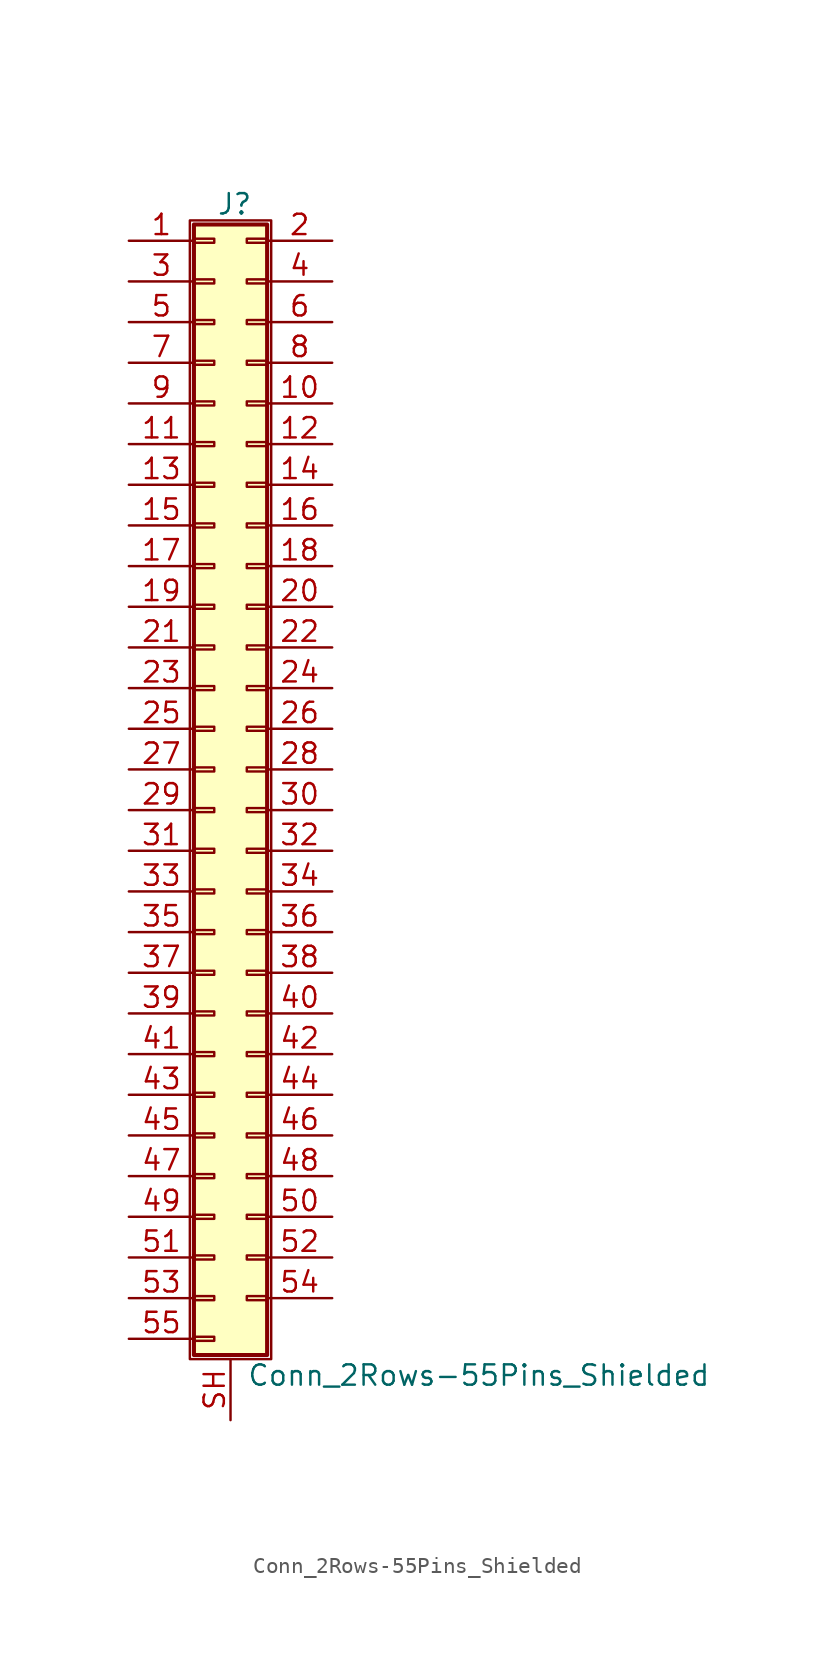
<source format=kicad_sym>
(kicad_symbol_lib
  (version 20201005)
  (generator kicad_symbol_editor)
  (symbol "Conn_2Rows-55Pins_Shielded"
    (pin_names
      (offset 1.016) hide)
    (property "Reference" "J"
      (at 1.524 35.306 0)
      (effects (font (size 1.27 1.27))))
    (property "Value" "Conn_2Rows-55Pins_Shielded"
      (at 2.286 -37.846 0)
      (effects (font (size 1.27 1.27)) (justify left)))
    (symbol "Conn_2Rows-55Pins_Shielded_1_1"
      (rectangle (start -1.27 34.29) (end 3.81 -36.83) (stroke (width 0.152)) (fill (type none)))
      (rectangle (start -1.016 -35.433) (end 0.254 -35.687) (stroke (width 0.152)) (fill (type none)))
      (rectangle (start -1.016 -32.893) (end 0.254 -33.147) (stroke (width 0.152)) (fill (type none)))
      (rectangle (start -1.016 -30.353) (end 0.254 -30.607) (stroke (width 0.152)) (fill (type none)))
      (rectangle (start -1.016 -27.813) (end 0.254 -28.067) (stroke (width 0.152)) (fill (type none)))
      (rectangle (start -1.016 -25.273) (end 0.254 -25.527) (stroke (width 0.152)) (fill (type none)))
      (rectangle (start -1.016 -22.733) (end 0.254 -22.987) (stroke (width 0.152)) (fill (type none)))
      (rectangle (start -1.016 -20.193) (end 0.254 -20.447) (stroke (width 0.152)) (fill (type none)))
      (rectangle (start -1.016 -17.653) (end 0.254 -17.907) (stroke (width 0.152)) (fill (type none)))
      (rectangle (start -1.016 -15.113) (end 0.254 -15.367) (stroke (width 0.152)) (fill (type none)))
      (rectangle (start -1.016 -12.573) (end 0.254 -12.827) (stroke (width 0.152)) (fill (type none)))
      (rectangle (start -1.016 -10.033) (end 0.254 -10.287) (stroke (width 0.152)) (fill (type none)))
      (rectangle (start -1.016 -7.493) (end 0.254 -7.747) (stroke (width 0.152)) (fill (type none)))
      (rectangle (start -1.016 -4.953) (end 0.254 -5.207) (stroke (width 0.152)) (fill (type none)))
      (rectangle (start -1.016 -2.413) (end 0.254 -2.667) (stroke (width 0.152)) (fill (type none)))
      (rectangle (start -1.016 0.127) (end 0.254 -0.127) (stroke (width 0.152)) (fill (type none)))
      (rectangle (start -1.016 2.667) (end 0.254 2.413) (stroke (width 0.152)) (fill (type none)))
      (rectangle (start -1.016 5.207) (end 0.254 4.953) (stroke (width 0.152)) (fill (type none)))
      (rectangle (start -1.016 7.747) (end 0.254 7.493) (stroke (width 0.152)) (fill (type none)))
      (rectangle (start -1.016 10.287) (end 0.254 10.033) (stroke (width 0.152)) (fill (type none)))
      (rectangle (start -1.016 12.827) (end 0.254 12.573) (stroke (width 0.152)) (fill (type none)))
      (rectangle (start -1.016 15.367) (end 0.254 15.113) (stroke (width 0.152)) (fill (type none)))
      (rectangle (start -1.016 17.907) (end 0.254 17.653) (stroke (width 0.152)) (fill (type none)))
      (rectangle (start -1.016 20.447) (end 0.254 20.193) (stroke (width 0.152)) (fill (type none)))
      (rectangle (start -1.016 22.987) (end 0.254 22.733) (stroke (width 0.152)) (fill (type none)))
      (rectangle (start -1.016 25.527) (end 0.254 25.273) (stroke (width 0.152)) (fill (type none)))
      (rectangle (start -1.016 28.067) (end 0.254 27.813) (stroke (width 0.152)) (fill (type none)))
      (rectangle (start -1.016 30.607) (end 0.254 30.353) (stroke (width 0.152)) (fill (type none)))
      (rectangle (start -1.016 33.147) (end 0.254 32.893) (stroke (width 0.152)) (fill (type none)))
      (rectangle (start -1.016 34.036) (end 3.556 -36.576) (stroke (width 0.254)) (fill (type background)))
      (rectangle (start 3.556 -32.893) (end 2.286 -33.147) (stroke (width 0.152)) (fill (type none)))
      (rectangle (start 3.556 -30.353) (end 2.286 -30.607) (stroke (width 0.152)) (fill (type none)))
      (rectangle (start 3.556 -27.813) (end 2.286 -28.067) (stroke (width 0.152)) (fill (type none)))
      (rectangle (start 3.556 -25.273) (end 2.286 -25.527) (stroke (width 0.152)) (fill (type none)))
      (rectangle (start 3.556 -22.733) (end 2.286 -22.987) (stroke (width 0.152)) (fill (type none)))
      (rectangle (start 3.556 -20.193) (end 2.286 -20.447) (stroke (width 0.152)) (fill (type none)))
      (rectangle (start 3.556 -17.653) (end 2.286 -17.907) (stroke (width 0.152)) (fill (type none)))
      (rectangle (start 3.556 -15.113) (end 2.286 -15.367) (stroke (width 0.152)) (fill (type none)))
      (rectangle (start 3.556 -12.573) (end 2.286 -12.827) (stroke (width 0.152)) (fill (type none)))
      (rectangle (start 3.556 -10.033) (end 2.286 -10.287) (stroke (width 0.152)) (fill (type none)))
      (rectangle (start 3.556 -7.493) (end 2.286 -7.747) (stroke (width 0.152)) (fill (type none)))
      (rectangle (start 3.556 -4.953) (end 2.286 -5.207) (stroke (width 0.152)) (fill (type none)))
      (rectangle (start 3.556 -2.413) (end 2.286 -2.667) (stroke (width 0.152)) (fill (type none)))
      (rectangle (start 3.556 0.127) (end 2.286 -0.127) (stroke (width 0.152)) (fill (type none)))
      (rectangle (start 3.556 2.667) (end 2.286 2.413) (stroke (width 0.152)) (fill (type none)))
      (rectangle (start 3.556 5.207) (end 2.286 4.953) (stroke (width 0.152)) (fill (type none)))
      (rectangle (start 3.556 7.747) (end 2.286 7.493) (stroke (width 0.152)) (fill (type none)))
      (rectangle (start 3.556 10.287) (end 2.286 10.033) (stroke (width 0.152)) (fill (type none)))
      (rectangle (start 3.556 12.827) (end 2.286 12.573) (stroke (width 0.152)) (fill (type none)))
      (rectangle (start 3.556 15.367) (end 2.286 15.113) (stroke (width 0.152)) (fill (type none)))
      (rectangle (start 3.556 17.907) (end 2.286 17.653) (stroke (width 0.152)) (fill (type none)))
      (rectangle (start 3.556 20.447) (end 2.286 20.193) (stroke (width 0.152)) (fill (type none)))
      (rectangle (start 3.556 22.987) (end 2.286 22.733) (stroke (width 0.152)) (fill (type none)))
      (rectangle (start 3.556 25.527) (end 2.286 25.273) (stroke (width 0.152)) (fill (type none)))
      (rectangle (start 3.556 28.067) (end 2.286 27.813) (stroke (width 0.152)) (fill (type none)))
      (rectangle (start 3.556 30.607) (end 2.286 30.353) (stroke (width 0.152)) (fill (type none)))
      (rectangle (start 3.556 33.147) (end 2.286 32.893) (stroke (width 0.152)) (fill (type none)))
      (pin passive line (at -5.08 33.02 0) (length 4.064) (name "Pin_1" (effects (font (size 1.27 1.27)))) (number "1" (effects (font (size 1.27 1.27)))))
      (pin passive line (at 7.62 22.86 180) (length 4.064) (name "Pin_10" (effects (font (size 1.27 1.27)))) (number "10" (effects (font (size 1.27 1.27)))))
      (pin passive line (at -5.08 20.32 0) (length 4.064) (name "Pin_11" (effects (font (size 1.27 1.27)))) (number "11" (effects (font (size 1.27 1.27)))))
      (pin passive line (at 7.62 20.32 180) (length 4.064) (name "Pin_12" (effects (font (size 1.27 1.27)))) (number "12" (effects (font (size 1.27 1.27)))))
      (pin passive line (at -5.08 17.78 0) (length 4.064) (name "Pin_13" (effects (font (size 1.27 1.27)))) (number "13" (effects (font (size 1.27 1.27)))))
      (pin passive line (at 7.62 17.78 180) (length 4.064) (name "Pin_14" (effects (font (size 1.27 1.27)))) (number "14" (effects (font (size 1.27 1.27)))))
      (pin passive line (at -5.08 15.24 0) (length 4.064) (name "Pin_15" (effects (font (size 1.27 1.27)))) (number "15" (effects (font (size 1.27 1.27)))))
      (pin passive line (at 7.62 15.24 180) (length 4.064) (name "Pin_16" (effects (font (size 1.27 1.27)))) (number "16" (effects (font (size 1.27 1.27)))))
      (pin passive line (at -5.08 12.7 0) (length 4.064) (name "Pin_17" (effects (font (size 1.27 1.27)))) (number "17" (effects (font (size 1.27 1.27)))))
      (pin passive line (at 7.62 12.7 180) (length 4.064) (name "Pin_18" (effects (font (size 1.27 1.27)))) (number "18" (effects (font (size 1.27 1.27)))))
      (pin passive line (at -5.08 10.16 0) (length 4.064) (name "Pin_19" (effects (font (size 1.27 1.27)))) (number "19" (effects (font (size 1.27 1.27)))))
      (pin passive line (at 7.62 33.02 180) (length 4.064) (name "Pin_2" (effects (font (size 1.27 1.27)))) (number "2" (effects (font (size 1.27 1.27)))))
      (pin passive line (at 7.62 10.16 180) (length 4.064) (name "Pin_20" (effects (font (size 1.27 1.27)))) (number "20" (effects (font (size 1.27 1.27)))))
      (pin passive line (at -5.08 7.62 0) (length 4.064) (name "Pin_21" (effects (font (size 1.27 1.27)))) (number "21" (effects (font (size 1.27 1.27)))))
      (pin passive line (at 7.62 7.62 180) (length 4.064) (name "Pin_22" (effects (font (size 1.27 1.27)))) (number "22" (effects (font (size 1.27 1.27)))))
      (pin passive line (at -5.08 5.08 0) (length 4.064) (name "Pin_23" (effects (font (size 1.27 1.27)))) (number "23" (effects (font (size 1.27 1.27)))))
      (pin passive line (at 7.62 5.08 180) (length 4.064) (name "Pin_24" (effects (font (size 1.27 1.27)))) (number "24" (effects (font (size 1.27 1.27)))))
      (pin passive line (at -5.08 2.54 0) (length 4.064) (name "Pin_25" (effects (font (size 1.27 1.27)))) (number "25" (effects (font (size 1.27 1.27)))))
      (pin passive line (at 7.62 2.54 180) (length 4.064) (name "Pin_26" (effects (font (size 1.27 1.27)))) (number "26" (effects (font (size 1.27 1.27)))))
      (pin passive line (at -5.08 0 0) (length 4.064) (name "Pin_27" (effects (font (size 1.27 1.27)))) (number "27" (effects (font (size 1.27 1.27)))))
      (pin passive line (at 7.62 0 180) (length 4.064) (name "Pin_28" (effects (font (size 1.27 1.27)))) (number "28" (effects (font (size 1.27 1.27)))))
      (pin passive line (at -5.08 -2.54 0) (length 4.064) (name "Pin_29" (effects (font (size 1.27 1.27)))) (number "29" (effects (font (size 1.27 1.27)))))
      (pin passive line (at -5.08 30.48 0) (length 4.064) (name "Pin_3" (effects (font (size 1.27 1.27)))) (number "3" (effects (font (size 1.27 1.27)))))
      (pin passive line (at 7.62 -2.54 180) (length 4.064) (name "Pin_30" (effects (font (size 1.27 1.27)))) (number "30" (effects (font (size 1.27 1.27)))))
      (pin passive line (at -5.08 -5.08 0) (length 4.064) (name "Pin_31" (effects (font (size 1.27 1.27)))) (number "31" (effects (font (size 1.27 1.27)))))
      (pin passive line (at 7.62 -5.08 180) (length 4.064) (name "Pin_32" (effects (font (size 1.27 1.27)))) (number "32" (effects (font (size 1.27 1.27)))))
      (pin passive line (at -5.08 -7.62 0) (length 4.064) (name "Pin_33" (effects (font (size 1.27 1.27)))) (number "33" (effects (font (size 1.27 1.27)))))
      (pin passive line (at 7.62 -7.62 180) (length 4.064) (name "Pin_34" (effects (font (size 1.27 1.27)))) (number "34" (effects (font (size 1.27 1.27)))))
      (pin passive line (at -5.08 -10.16 0) (length 4.064) (name "Pin_35" (effects (font (size 1.27 1.27)))) (number "35" (effects (font (size 1.27 1.27)))))
      (pin passive line (at 7.62 -10.16 180) (length 4.064) (name "Pin_36" (effects (font (size 1.27 1.27)))) (number "36" (effects (font (size 1.27 1.27)))))
      (pin passive line (at -5.08 -12.7 0) (length 4.064) (name "Pin_37" (effects (font (size 1.27 1.27)))) (number "37" (effects (font (size 1.27 1.27)))))
      (pin passive line (at 7.62 -12.7 180) (length 4.064) (name "Pin_38" (effects (font (size 1.27 1.27)))) (number "38" (effects (font (size 1.27 1.27)))))
      (pin passive line (at -5.08 -15.24 0) (length 4.064) (name "Pin_39" (effects (font (size 1.27 1.27)))) (number "39" (effects (font (size 1.27 1.27)))))
      (pin passive line (at 7.62 30.48 180) (length 4.064) (name "Pin_4" (effects (font (size 1.27 1.27)))) (number "4" (effects (font (size 1.27 1.27)))))
      (pin passive line (at 7.62 -15.24 180) (length 4.064) (name "Pin_40" (effects (font (size 1.27 1.27)))) (number "40" (effects (font (size 1.27 1.27)))))
      (pin passive line (at -5.08 -17.78 0) (length 4.064) (name "Pin_41" (effects (font (size 1.27 1.27)))) (number "41" (effects (font (size 1.27 1.27)))))
      (pin passive line (at 7.62 -17.78 180) (length 4.064) (name "Pin_42" (effects (font (size 1.27 1.27)))) (number "42" (effects (font (size 1.27 1.27)))))
      (pin passive line (at -5.08 -20.32 0) (length 4.064) (name "Pin_43" (effects (font (size 1.27 1.27)))) (number "43" (effects (font (size 1.27 1.27)))))
      (pin passive line (at 7.62 -20.32 180) (length 4.064) (name "Pin_44" (effects (font (size 1.27 1.27)))) (number "44" (effects (font (size 1.27 1.27)))))
      (pin passive line (at -5.08 -22.86 0) (length 4.064) (name "Pin_45" (effects (font (size 1.27 1.27)))) (number "45" (effects (font (size 1.27 1.27)))))
      (pin passive line (at 7.62 -22.86 180) (length 4.064) (name "Pin_46" (effects (font (size 1.27 1.27)))) (number "46" (effects (font (size 1.27 1.27)))))
      (pin passive line (at -5.08 -25.4 0) (length 4.064) (name "Pin_47" (effects (font (size 1.27 1.27)))) (number "47" (effects (font (size 1.27 1.27)))))
      (pin passive line (at 7.62 -25.4 180) (length 4.064) (name "Pin_48" (effects (font (size 1.27 1.27)))) (number "48" (effects (font (size 1.27 1.27)))))
      (pin passive line (at -5.08 -27.94 0) (length 4.064) (name "Pin_49" (effects (font (size 1.27 1.27)))) (number "49" (effects (font (size 1.27 1.27)))))
      (pin passive line (at -5.08 27.94 0) (length 4.064) (name "Pin_5" (effects (font (size 1.27 1.27)))) (number "5" (effects (font (size 1.27 1.27)))))
      (pin passive line (at 7.62 -27.94 180) (length 4.064) (name "Pin_50" (effects (font (size 1.27 1.27)))) (number "50" (effects (font (size 1.27 1.27)))))
      (pin passive line (at -5.08 -30.48 0) (length 4.064) (name "Pin_51" (effects (font (size 1.27 1.27)))) (number "51" (effects (font (size 1.27 1.27)))))
      (pin passive line (at 7.62 -30.48 180) (length 4.064) (name "Pin_52" (effects (font (size 1.27 1.27)))) (number "52" (effects (font (size 1.27 1.27)))))
      (pin passive line (at -5.08 -33.02 0) (length 4.064) (name "Pin_53" (effects (font (size 1.27 1.27)))) (number "53" (effects (font (size 1.27 1.27)))))
      (pin passive line (at 7.62 -33.02 180) (length 4.064) (name "Pin_54" (effects (font (size 1.27 1.27)))) (number "54" (effects (font (size 1.27 1.27)))))
      (pin passive line (at -5.08 -35.56 0) (length 4.064) (name "Pin_55" (effects (font (size 1.27 1.27)))) (number "55" (effects (font (size 1.27 1.27)))))
      (pin passive line (at 7.62 27.94 180) (length 4.064) (name "Pin_6" (effects (font (size 1.27 1.27)))) (number "6" (effects (font (size 1.27 1.27)))))
      (pin passive line (at -5.08 25.4 0) (length 4.064) (name "Pin_7" (effects (font (size 1.27 1.27)))) (number "7" (effects (font (size 1.27 1.27)))))
      (pin passive line (at 7.62 25.4 180) (length 4.064) (name "Pin_8" (effects (font (size 1.27 1.27)))) (number "8" (effects (font (size 1.27 1.27)))))
      (pin passive line (at -5.08 22.86 0) (length 4.064) (name "Pin_9" (effects (font (size 1.27 1.27)))) (number "9" (effects (font (size 1.27 1.27)))))
      (pin passive line (at 1.27 -40.64 90) (length 3.81) (name "Shield" (effects (font (size 1.27 1.27)))) (number "SH" (effects (font (size 1.27 1.27))))))))
</source>
